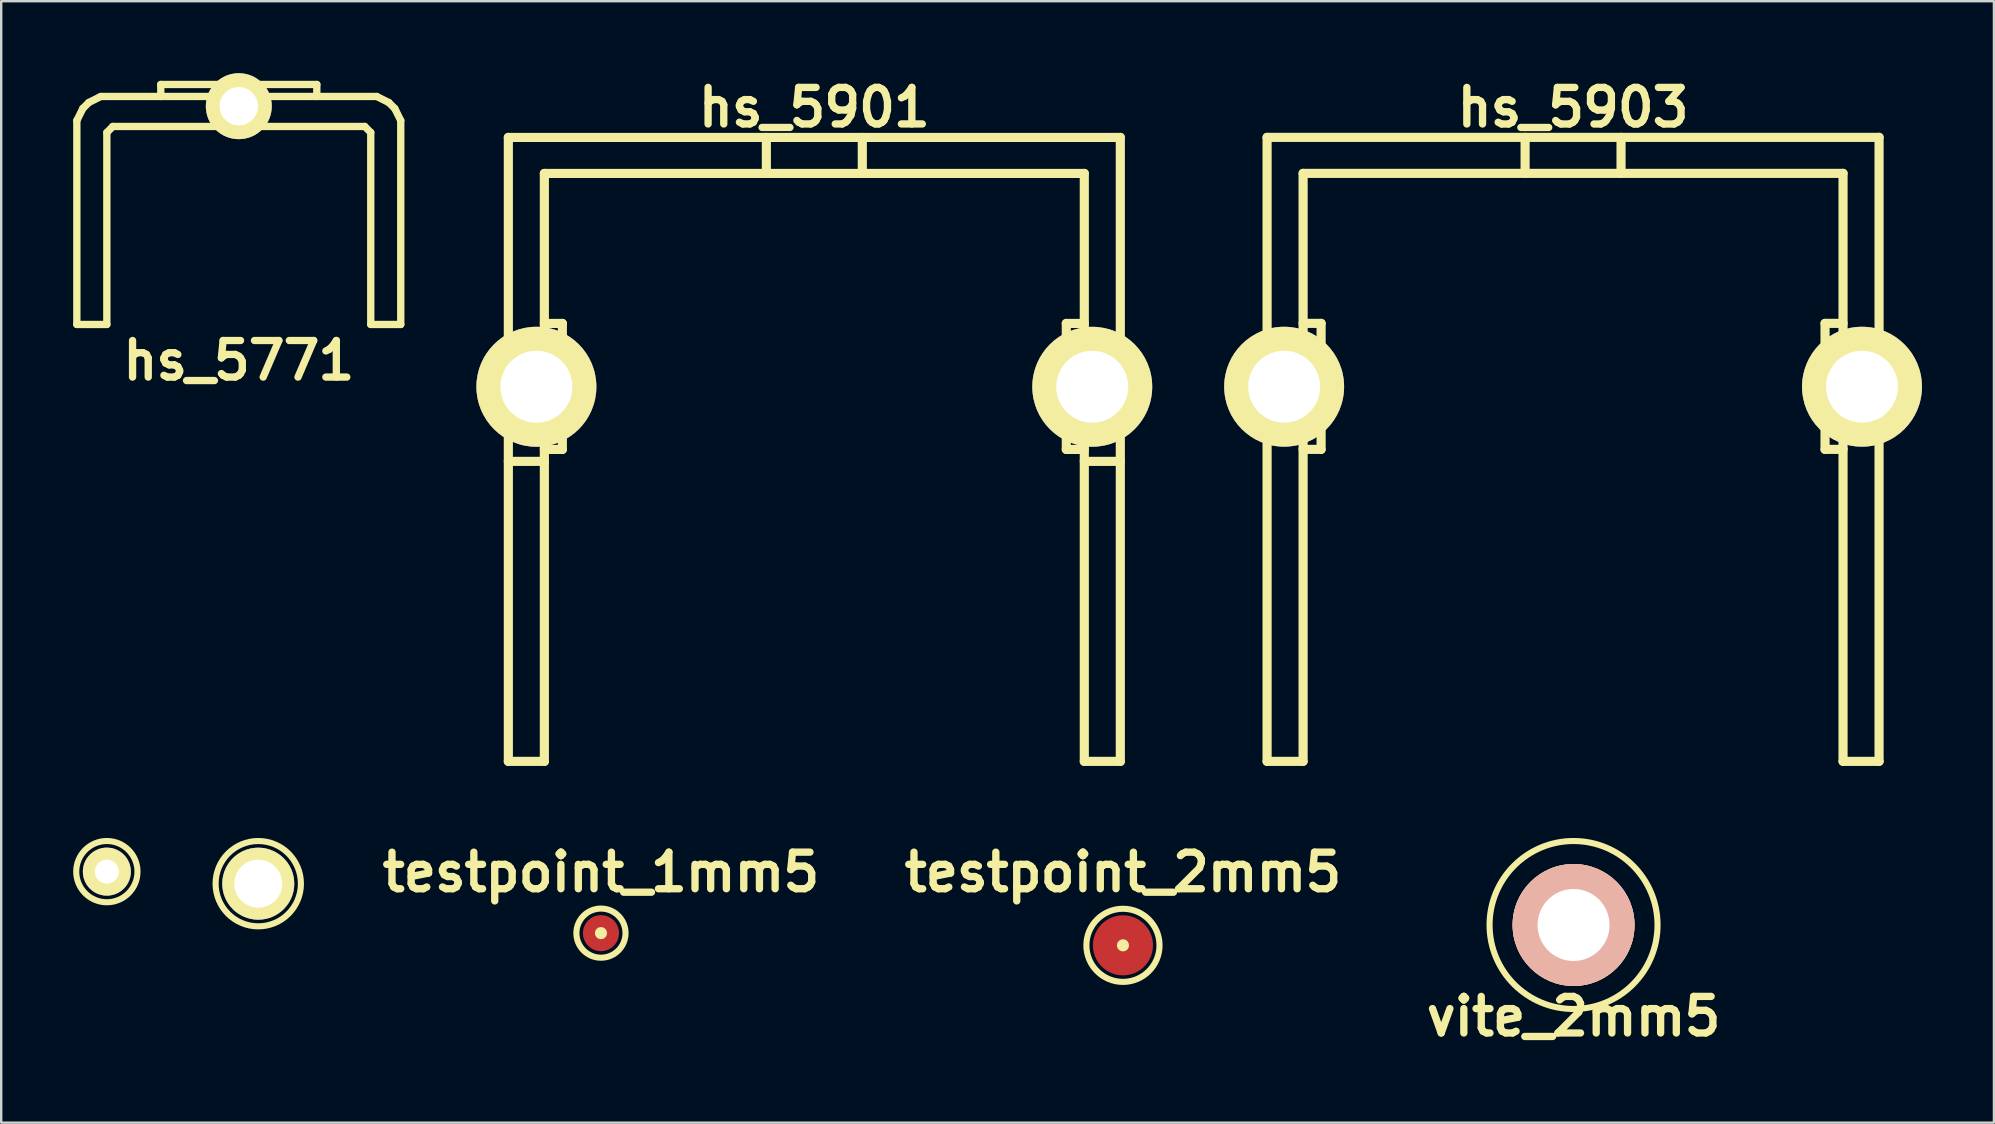
<source format=kicad_pcb>
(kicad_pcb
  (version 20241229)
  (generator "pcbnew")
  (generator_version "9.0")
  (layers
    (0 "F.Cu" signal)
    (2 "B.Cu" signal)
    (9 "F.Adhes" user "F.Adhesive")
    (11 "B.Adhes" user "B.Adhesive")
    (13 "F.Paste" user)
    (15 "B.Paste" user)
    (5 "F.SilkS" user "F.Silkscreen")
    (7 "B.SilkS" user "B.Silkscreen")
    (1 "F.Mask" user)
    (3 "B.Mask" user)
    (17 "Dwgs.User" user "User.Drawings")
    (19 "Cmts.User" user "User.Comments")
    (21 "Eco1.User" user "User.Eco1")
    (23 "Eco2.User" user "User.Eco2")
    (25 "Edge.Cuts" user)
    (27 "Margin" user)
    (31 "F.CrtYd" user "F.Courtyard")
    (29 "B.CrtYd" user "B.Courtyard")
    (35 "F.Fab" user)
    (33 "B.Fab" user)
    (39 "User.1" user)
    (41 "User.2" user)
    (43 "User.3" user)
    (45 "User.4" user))
  (footprint "vite_2mm5"
    (layer "F.Cu")
    (at 62.522 35.496)
    (property "Reference" "vite_2mm5" (at 0 3.81 0) (layer "F.SilkS") (effects (font (size 1.524 1.524) (thickness 0.305))))
    (attr through_hole)
    (fp_circle (center 0 0) (end -3.5 0) (stroke (width 0.254) (type solid)) (fill no) (layer "F.SilkS"))
    (pad "1" thru_hole circle (at 0 0) (size 5.08 5.08) (drill 3) (layers "*.Cu" "*.SilkS" "*.Mask")))
  (footprint "hs_5771"
    (layer "F.Cu")
    (at 6.901 2.223)
    (property "Reference" "hs_5771" (at 0 9.751 0) (layer "F.SilkS") (effects (font (size 1.524 1.524) (thickness 0.305))))
    (attr through_hole)
    (fp_line (start -6.749 -0.251) (end -6.749 8.247) (stroke (width 0.305) (type solid)) (layer "F.SilkS"))
    (fp_line (start -6.749 -0.251) (end -6.5 -0.752) (stroke (width 0.305) (type solid)) (layer "F.SilkS"))
    (fp_line (start -6.5 -0.752) (end -6.251 -1.001) (stroke (width 0.305) (type solid)) (layer "F.SilkS"))
    (fp_line (start -6.251 -1.001) (end -5.751 -1.252) (stroke (width 0.305) (type solid)) (layer "F.SilkS"))
    (fp_line (start -5.499 0.249) (end -5.25 -0.003) (stroke (width 0.305) (type solid)) (layer "F.SilkS"))
    (fp_line (start -5.499 8.247) (end -6.749 8.247) (stroke (width 0.305) (type solid)) (layer "F.SilkS"))
    (fp_line (start -5.499 8.247) (end -5.499 0.249) (stroke (width 0.305) (type solid)) (layer "F.SilkS"))
    (fp_line (start -5.25 -0.003) (end 5.25 -0.003) (stroke (width 0.305) (type solid)) (layer "F.SilkS"))
    (fp_line (start -3.251 -1.753) (end 3.251 -1.753) (stroke (width 0.305) (type solid)) (layer "F.SilkS"))
    (fp_line (start -3.251 -1.252) (end -3.251 -1.753) (stroke (width 0.305) (type solid)) (layer "F.SilkS"))
    (fp_line (start 3.251 -1.753) (end 3.251 -1.252) (stroke (width 0.305) (type solid)) (layer "F.SilkS"))
    (fp_line (start 5.25 -0.003) (end 5.499 0.249) (stroke (width 0.305) (type solid)) (layer "F.SilkS"))
    (fp_line (start 5.499 8.247) (end 5.499 0.249) (stroke (width 0.305) (type solid)) (layer "F.SilkS"))
    (fp_line (start 5.751 -1.252) (end -5.751 -1.252) (stroke (width 0.305) (type solid)) (layer "F.SilkS"))
    (fp_line (start 5.751 -1.252) (end 6.251 -1.001) (stroke (width 0.305) (type solid)) (layer "F.SilkS"))
    (fp_line (start 6.251 -1.001) (end 6.5 -0.752) (stroke (width 0.305) (type solid)) (layer "F.SilkS"))
    (fp_line (start 6.5 -0.752) (end 6.749 -0.251) (stroke (width 0.305) (type solid)) (layer "F.SilkS"))
    (fp_line (start 6.749 -0.251) (end 6.749 8.247) (stroke (width 0.305) (type solid)) (layer "F.SilkS"))
    (fp_line (start 6.749 8.247) (end 5.499 8.247) (stroke (width 0.305) (type solid)) (layer "F.SilkS"))
    (pad "" thru_hole circle (at 0 -0.848) (size 2.748 2.748) (drill 1.598) (layers "*.Cu" "*.Mask" "F.SilkS")))
  (footprint "testpoint_1mm5"
    (layer "F.Cu")
    (at 21.993 35.835)
    (property "Reference" "testpoint_1mm5" (at 0 -2.54 0) (layer "F.SilkS") (effects (font (size 1.524 1.524) (thickness 0.305))))
    (attr through_hole)
    (fp_circle (center 0 0) (end 0.127 0) (stroke (width 0.254) (type solid)) (fill no) (layer "F.SilkS"))
    (fp_circle (center 0 0) (end 0.889 0.508) (stroke (width 0.254) (type solid)) (fill no) (layer "F.SilkS"))
    (pad "1" smd circle (at 0 0) (size 1.501 1.501) (layers "F.Cu" "F.Mask" "F.Paste")))
  (footprint "pad_2mm"
    (layer "F.Cu")
    (at 1.403 33.272)
    (property "Reference" "pad_2mm" (at 0 0 0) (layer "F.SilkS") (effects (font (size 0.127 0.127) (thickness 0.003))))
    (attr through_hole)
    (fp_circle (center 0 0) (end 1.27 -0.127) (stroke (width 0.254) (type solid)) (fill no) (layer "F.SilkS"))
    (pad "1" thru_hole circle (at 0 0) (size 1.999 1.999) (drill 1.001) (layers "*.Cu" "*.Mask" "F.SilkS")))
  (footprint "hs_5901"
    (layer "F.Cu")
    (at 30.884 4.177)
    (property "Reference" "hs_5901" (at 0 -2.751 0) (layer "F.SilkS") (effects (font (size 1.524 1.524) (thickness 0.305))))
    (attr through_hole)
    (fp_line (start -12.751 -1.501) (end -12.751 24.501) (stroke (width 0.381) (type solid)) (layer "F.SilkS"))
    (fp_line (start -12.751 11.999) (end -11.25 11.999) (stroke (width 0.381) (type solid)) (layer "F.SilkS"))
    (fp_line (start -11.25 6.251) (end -10.5 6.251) (stroke (width 0.381) (type solid)) (layer "F.SilkS"))
    (fp_line (start -11.25 24.501) (end -12.751 24.501) (stroke (width 0.381) (type solid)) (layer "F.SilkS"))
    (fp_line (start -11.25 24.501) (end -11.25 0) (stroke (width 0.381) (type solid)) (layer "F.SilkS"))
    (fp_line (start -10.5 6.251) (end -10.5 11.501) (stroke (width 0.381) (type solid)) (layer "F.SilkS"))
    (fp_line (start -10.5 11.501) (end -11.25 11.501) (stroke (width 0.381) (type solid)) (layer "F.SilkS"))
    (fp_line (start -1.999 0) (end -1.999 -1.501) (stroke (width 0.381) (type solid)) (layer "F.SilkS"))
    (fp_line (start 1.999 -1.501) (end 1.999 0) (stroke (width 0.381) (type solid)) (layer "F.SilkS"))
    (fp_line (start 10.5 6.251) (end 11.25 6.251) (stroke (width 0.381) (type solid)) (layer "F.SilkS"))
    (fp_line (start 10.5 11.501) (end 10.5 6.251) (stroke (width 0.381) (type solid)) (layer "F.SilkS"))
    (fp_line (start 11.25 0) (end -11.25 0) (stroke (width 0.381) (type solid)) (layer "F.SilkS"))
    (fp_line (start 11.25 0) (end 11.25 24.501) (stroke (width 0.381) (type solid)) (layer "F.SilkS"))
    (fp_line (start 11.25 11.501) (end 10.5 11.501) (stroke (width 0.381) (type solid)) (layer "F.SilkS"))
    (fp_line (start 11.25 11.999) (end 12.751 11.999) (stroke (width 0.381) (type solid)) (layer "F.SilkS"))
    (fp_line (start 12.751 -1.501) (end -12.751 -1.501) (stroke (width 0.381) (type solid)) (layer "F.SilkS"))
    (fp_line (start 12.751 24.501) (end 11.25 24.501) (stroke (width 0.381) (type solid)) (layer "F.SilkS"))
    (fp_line (start 12.751 24.501) (end 12.751 -1.501) (stroke (width 0.381) (type solid)) (layer "F.SilkS"))
    (pad "" thru_hole circle (at -11.582 8.89) (size 4.999 4.999) (drill 3) (layers "*.Cu" "*.Mask" "F.SilkS"))
    (pad "" thru_hole circle (at 11.582 8.89) (size 4.996 4.996) (drill 2.997) (layers "*.Cu" "*.Mask" "F.SilkS")))
  (footprint "hs_5903"
    (layer "F.Cu")
    (at 62.502 4.175)
    (property "Reference" "hs_5903" (at 0 -2.748 0) (layer "F.SilkS") (effects (font (size 1.524 1.524) (thickness 0.305))))
    (attr through_hole)
    (fp_line (start -12.751 -1.501) (end -12.751 24.501) (stroke (width 0.381) (type solid)) (layer "F.SilkS"))
    (fp_line (start -11.25 6.251) (end -10.5 6.251) (stroke (width 0.381) (type solid)) (layer "F.SilkS"))
    (fp_line (start -11.25 24.501) (end -12.751 24.501) (stroke (width 0.381) (type solid)) (layer "F.SilkS"))
    (fp_line (start -11.25 24.501) (end -11.25 0) (stroke (width 0.381) (type solid)) (layer "F.SilkS"))
    (fp_line (start -10.5 6.251) (end -10.5 11.501) (stroke (width 0.381) (type solid)) (layer "F.SilkS"))
    (fp_line (start -10.5 11.501) (end -11.25 11.501) (stroke (width 0.381) (type solid)) (layer "F.SilkS"))
    (fp_line (start -1.999 0) (end -1.999 -1.501) (stroke (width 0.381) (type solid)) (layer "F.SilkS"))
    (fp_line (start 1.999 -1.501) (end 1.999 0) (stroke (width 0.381) (type solid)) (layer "F.SilkS"))
    (fp_line (start 10.5 6.251) (end 11.25 6.251) (stroke (width 0.381) (type solid)) (layer "F.SilkS"))
    (fp_line (start 10.5 11.501) (end 10.5 6.251) (stroke (width 0.381) (type solid)) (layer "F.SilkS"))
    (fp_line (start 11.25 0) (end -11.25 0) (stroke (width 0.381) (type solid)) (layer "F.SilkS"))
    (fp_line (start 11.25 0) (end 11.25 24.501) (stroke (width 0.381) (type solid)) (layer "F.SilkS"))
    (fp_line (start 11.25 11.501) (end 10.5 11.501) (stroke (width 0.381) (type solid)) (layer "F.SilkS"))
    (fp_line (start 12.751 -1.501) (end -12.751 -1.501) (stroke (width 0.381) (type solid)) (layer "F.SilkS"))
    (fp_line (start 12.751 24.501) (end 11.25 24.501) (stroke (width 0.381) (type solid)) (layer "F.SilkS"))
    (fp_line (start 12.751 24.501) (end 12.751 -1.501) (stroke (width 0.381) (type solid)) (layer "F.SilkS"))
    (pad "" thru_hole circle (at -12.04 8.89) (size 4.996 4.996) (drill 2.997) (layers "*.Cu" "*.Mask" "F.SilkS"))
    (pad "" thru_hole circle (at 12.04 8.89) (size 4.996 4.996) (drill 2.997) (layers "*.Cu" "*.Mask" "F.SilkS")))
  (footprint "testpoint_2mm5"
    (layer "F.Cu")
    (at 43.745 36.343)
    (property "Reference" "testpoint_2mm5" (at 0 -3.048 0) (layer "F.SilkS") (effects (font (size 1.524 1.524) (thickness 0.305))))
    (attr through_hole)
    (fp_circle (center 0 0) (end 0.127 0) (stroke (width 0.254) (type solid)) (fill no) (layer "F.SilkS"))
    (fp_circle (center 0 0) (end 1.524 0) (stroke (width 0.254) (type solid)) (fill no) (layer "F.SilkS"))
    (pad "1" smd circle (at 0 0) (size 2.502 2.502) (layers "F.Cu" "F.Mask" "F.Paste")))
  (footprint "pad_3mm"
    (layer "F.Cu")
    (at 7.712 33.774)
    (property "Reference" "pad_3mm" (at 0 0 0) (layer "F.SilkS") (effects (font (size 0.127 0.127) (thickness 0.003))))
    (attr through_hole)
    (fp_circle (center 0 0) (end 1.778 0) (stroke (width 0.254) (type solid)) (fill no) (layer "F.SilkS"))
    (pad "1" thru_hole circle (at 0 0) (size 3 3) (drill 1.999) (layers "*.Cu" "*.Mask" "F.SilkS")))
  (gr_rect
    (start -3 -3)
    (end 80.04 43.732)
    (stroke (width 0.1) (type default))
    (fill no)
    (layer "Edge.Cuts")))
</source>
